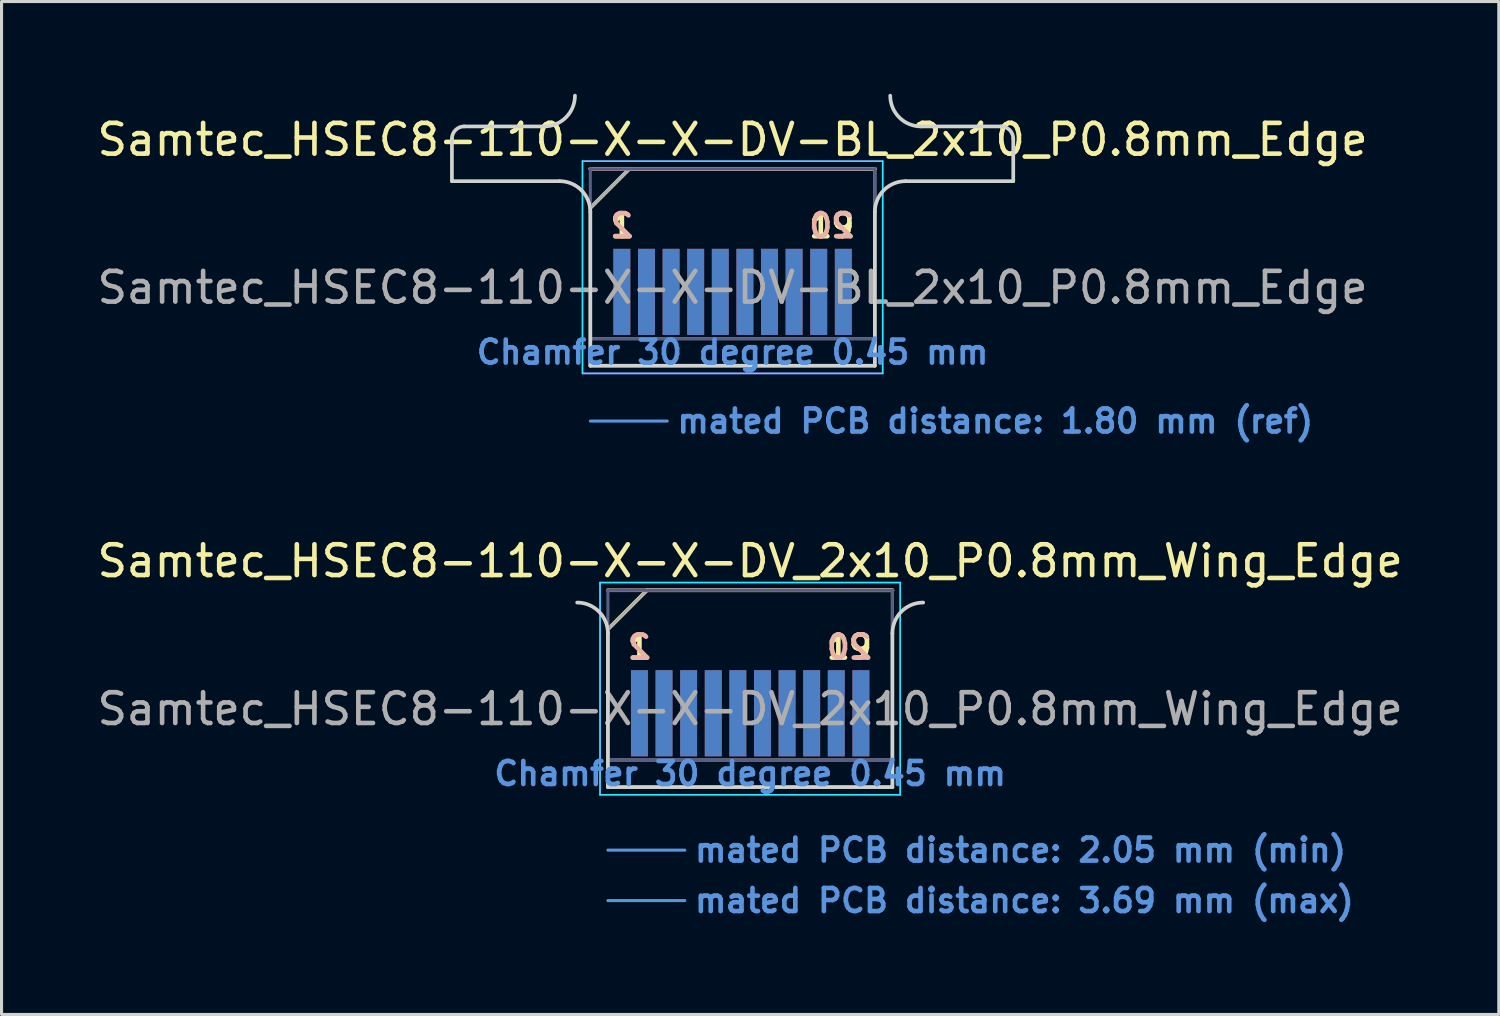
<source format=kicad_pcb>
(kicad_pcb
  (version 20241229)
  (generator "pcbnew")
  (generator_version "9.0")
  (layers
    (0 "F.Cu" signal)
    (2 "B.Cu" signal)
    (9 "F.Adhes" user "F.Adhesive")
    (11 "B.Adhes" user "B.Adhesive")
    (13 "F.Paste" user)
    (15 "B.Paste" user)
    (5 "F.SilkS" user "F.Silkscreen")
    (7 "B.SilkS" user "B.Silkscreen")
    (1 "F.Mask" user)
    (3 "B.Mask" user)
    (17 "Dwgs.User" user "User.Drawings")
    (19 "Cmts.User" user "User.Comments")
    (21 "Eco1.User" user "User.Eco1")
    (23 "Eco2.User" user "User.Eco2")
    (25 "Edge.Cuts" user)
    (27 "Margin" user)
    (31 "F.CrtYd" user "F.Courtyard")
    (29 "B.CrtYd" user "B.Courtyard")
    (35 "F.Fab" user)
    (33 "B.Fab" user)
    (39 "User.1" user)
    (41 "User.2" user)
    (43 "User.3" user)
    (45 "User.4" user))
  (footprint "Samtec_HSEC8-110-X-X-DV_2x10_P0.8mm_Wing_Edge"
    (layer "F.Cu")
    (at 21.339 22.54)
    (property "Reference" "Samtec_HSEC8-110-X-X-DV_2x10_P0.8mm_Wing_Edge" (at 0 -7.35 0) (layer "F.SilkS") (effects (font (size 1 1) (thickness 0.15))))
    (attr exclude_from_pos_files exclude_from_bom)
    (fp_line (start -4.625 -5.13) (end -3.355 -6.4) (stroke (width 0.12) (type solid)) (layer "F.SilkS"))
    (fp_line (start -3.355 -6.4) (end 4.625 -6.4) (stroke (width 0.12) (type solid)) (layer "F.SilkS"))
    (fp_line (start -4.625 -6.4) (end -4.625 -6.4) (stroke (width 0.12) (type solid)) (layer "B.SilkS"))
    (fp_line (start -4.625 -6.4) (end 4.625 -6.4) (stroke (width 0.12) (type solid)) (layer "B.SilkS"))
    (fp_line (start -4.625 2.05) (end -2.125 2.05) (stroke (width 0.1) (type solid)) (layer "Cmts.User"))
    (fp_line (start -4.625 3.69) (end -2.125 3.69) (stroke (width 0.1) (type solid)) (layer "Cmts.User"))
    (fp_line (start -4.625 -5) (end -4.625 0) (stroke (width 0.12) (type solid)) (layer "Edge.Cuts"))
    (fp_line (start -4.625 0) (end 4.625 0) (stroke (width 0.12) (type solid)) (layer "Edge.Cuts"))
    (fp_line (start 4.625 0) (end 4.625 -5) (stroke (width 0.12) (type solid)) (layer "Edge.Cuts"))
    (fp_arc (start -5.625 -6) (mid -4.917893 -5.707107) (end -4.625 -5) (stroke (width 0.12) (type solid)) (layer "Edge.Cuts"))
    (fp_arc (start 4.625 -5) (mid 4.917893 -5.707107) (end 5.625 -6) (stroke (width 0.12) (type solid)) (layer "Edge.Cuts"))
    (fp_line (start -4.88 -6.65) (end -4.88 0.25) (stroke (width 0.05) (type solid)) (layer "B.CrtYd"))
    (fp_line (start -4.88 0.25) (end 4.88 0.25) (stroke (width 0.05) (type solid)) (layer "B.CrtYd"))
    (fp_line (start 4.88 -6.65) (end -4.88 -6.65) (stroke (width 0.05) (type solid)) (layer "B.CrtYd"))
    (fp_line (start 4.88 0.25) (end 4.88 -6.65) (stroke (width 0.05) (type solid)) (layer "B.CrtYd"))
    (fp_line (start -4.88 -6.65) (end -4.88 0.25) (stroke (width 0.05) (type solid)) (layer "F.CrtYd"))
    (fp_line (start -4.88 0.25) (end 4.88 0.25) (stroke (width 0.05) (type solid)) (layer "F.CrtYd"))
    (fp_line (start 4.88 -6.65) (end -4.88 -6.65) (stroke (width 0.05) (type solid)) (layer "F.CrtYd"))
    (fp_line (start 4.88 0.25) (end 4.88 -6.65) (stroke (width 0.05) (type solid)) (layer "F.CrtYd"))
    (fp_line (start -4.625 -6.4) (end -4.625 -6.4) (stroke (width 0.1) (type solid)) (layer "B.Fab"))
    (fp_line (start -4.625 -6.4) (end -4.625 0) (stroke (width 0.1) (type solid)) (layer "B.Fab"))
    (fp_line (start -4.625 -6.4) (end 4.625 -6.4) (stroke (width 0.1) (type solid)) (layer "B.Fab"))
    (fp_line (start -4.625 -0.88) (end 4.625 -0.88) (stroke (width 0.1) (type solid)) (layer "B.Fab"))
    (fp_line (start -4.625 0) (end 4.625 0) (stroke (width 0.1) (type solid)) (layer "B.Fab"))
    (fp_line (start 4.625 -6.4) (end 4.625 0) (stroke (width 0.1) (type solid)) (layer "B.Fab"))
    (fp_line (start -4.625 -5.13) (end -4.625 0) (stroke (width 0.1) (type solid)) (layer "F.Fab"))
    (fp_line (start -4.625 -5.13) (end -3.355 -6.4) (stroke (width 0.1) (type solid)) (layer "F.Fab"))
    (fp_line (start -4.625 -0.88) (end 4.625 -0.88) (stroke (width 0.1) (type solid)) (layer "F.Fab"))
    (fp_line (start -4.625 0) (end 4.625 0) (stroke (width 0.1) (type solid)) (layer "F.Fab"))
    (fp_line (start -3.355 -6.4) (end 4.625 -6.4) (stroke (width 0.1) (type solid)) (layer "F.Fab"))
    (fp_line (start 4.625 -6.4) (end 4.625 0) (stroke (width 0.1) (type solid)) (layer "F.Fab"))
    (fp_text user "1" (at -3.6 -4.55 0) (layer "F.SilkS") (effects (font (size 0.75 0.75) (thickness 0.15))))
    (fp_text user "19" (at 3.225 -4.55 0) (layer "F.SilkS") (effects (font (size 0.75 0.75) (thickness 0.15))))
    (fp_text user "2" (at -3.6 -4.55 0) (layer "B.SilkS") (effects (font (size 0.75 0.75) (thickness 0.15)) (justify mirror)))
    (fp_text user "20" (at 3.225 -4.55 0) (layer "B.SilkS") (effects (font (size 0.75 0.75) (thickness 0.15)) (justify mirror)))
    (fp_text user "Chamfer 30 degree 0.45 mm" (at 0 -0.44 0) (layer "Cmts.User") (effects (font (size 0.75 0.75) (thickness 0.15))))
    (fp_text user "mated PCB distance: 2.05 mm (min)" (at -1.88 2.05 0) (layer "Cmts.User") (effects (font (size 0.75 0.75) (thickness 0.15)) (justify left)))
    (fp_text user "mated PCB distance: 3.69 mm (max)" (at -1.88 3.69 0) (layer "Cmts.User") (effects (font (size 0.75 0.75) (thickness 0.15)) (justify left)))
    (fp_text user "${REFERENCE}" (at 0 -2.54 0) (layer "F.Fab") (effects (font (size 1 1) (thickness 0.15))))
    (pad "1" connect rect (at -3.6 -2.4) (size 0.55 2.8) (layers "F.Cu" "F.Mask"))
    (pad "2" connect rect (at -3.6 -2.4) (size 0.55 2.8) (layers "B.Cu" "B.Mask"))
    (pad "3" connect rect (at -2.8 -2.4) (size 0.55 2.8) (layers "F.Cu" "F.Mask"))
    (pad "4" connect rect (at -2.8 -2.4) (size 0.55 2.8) (layers "B.Cu" "B.Mask"))
    (pad "5" connect rect (at -2 -2.4) (size 0.55 2.8) (layers "F.Cu" "F.Mask"))
    (pad "6" connect rect (at -2 -2.4) (size 0.55 2.8) (layers "B.Cu" "B.Mask"))
    (pad "7" connect rect (at -1.2 -2.4) (size 0.55 2.8) (layers "F.Cu" "F.Mask"))
    (pad "8" connect rect (at -1.2 -2.4) (size 0.55 2.8) (layers "B.Cu" "B.Mask"))
    (pad "9" connect rect (at -0.4 -2.4) (size 0.55 2.8) (layers "F.Cu" "F.Mask"))
    (pad "10" connect rect (at -0.4 -2.4) (size 0.55 2.8) (layers "B.Cu" "B.Mask"))
    (pad "11" connect rect (at 0.4 -2.4) (size 0.55 2.8) (layers "F.Cu" "F.Mask"))
    (pad "12" connect rect (at 0.4 -2.4) (size 0.55 2.8) (layers "B.Cu" "B.Mask"))
    (pad "13" connect rect (at 1.2 -2.4) (size 0.55 2.8) (layers "F.Cu" "F.Mask"))
    (pad "14" connect rect (at 1.2 -2.4) (size 0.55 2.8) (layers "B.Cu" "B.Mask"))
    (pad "15" connect rect (at 2 -2.4) (size 0.55 2.8) (layers "F.Cu" "F.Mask"))
    (pad "16" connect rect (at 2 -2.4) (size 0.55 2.8) (layers "B.Cu" "B.Mask"))
    (pad "17" connect rect (at 2.8 -2.4) (size 0.55 2.8) (layers "F.Cu" "F.Mask"))
    (pad "18" connect rect (at 2.8 -2.4) (size 0.55 2.8) (layers "B.Cu" "B.Mask"))
    (pad "19" connect rect (at 3.6 -2.4) (size 0.55 2.8) (layers "F.Cu" "F.Mask"))
    (pad "20" connect rect (at 3.6 -2.4) (size 0.55 2.8) (layers "B.Cu" "B.Mask")))
  (footprint "Samtec_HSEC8-110-X-X-DV-BL_2x10_P0.8mm_Edge"
    (layer "F.Cu")
    (at 20.768 8.84)
    (property "Reference" "Samtec_HSEC8-110-X-X-DV-BL_2x10_P0.8mm_Edge" (at 0 -7.35 0) (layer "F.SilkS") (effects (font (size 1 1) (thickness 0.15))))
    (attr exclude_from_pos_files exclude_from_bom)
    (fp_line (start -4.625 -5.13) (end -3.355 -6.4) (stroke (width 0.12) (type solid)) (layer "F.SilkS"))
    (fp_line (start -3.355 -6.4) (end 4.625 -6.4) (stroke (width 0.12) (type solid)) (layer "F.SilkS"))
    (fp_line (start -4.625 -6.4) (end -4.625 -6.4) (stroke (width 0.12) (type solid)) (layer "B.SilkS"))
    (fp_line (start -4.625 -6.4) (end 4.625 -6.4) (stroke (width 0.12) (type solid)) (layer "B.SilkS"))
    (fp_line (start -4.625 1.8) (end -2.125 1.8) (stroke (width 0.1) (type solid)) (layer "Cmts.User"))
    (fp_line (start -9.125 -6) (end -9.125 -7.38) (stroke (width 0.12) (type solid)) (layer "Edge.Cuts"))
    (fp_line (start -8.725 -7.78) (end -6.125 -7.78) (stroke (width 0.12) (type solid)) (layer "Edge.Cuts"))
    (fp_line (start -5.625 -6) (end -9.125 -6) (stroke (width 0.12) (type solid)) (layer "Edge.Cuts"))
    (fp_line (start -4.625 -5) (end -4.625 0) (stroke (width 0.12) (type solid)) (layer "Edge.Cuts"))
    (fp_line (start -4.625 0) (end 4.625 0) (stroke (width 0.12) (type solid)) (layer "Edge.Cuts"))
    (fp_line (start 4.625 0) (end 4.625 -5) (stroke (width 0.12) (type solid)) (layer "Edge.Cuts"))
    (fp_line (start 5.625 -6) (end 9.125 -6) (stroke (width 0.12) (type solid)) (layer "Edge.Cuts"))
    (fp_line (start 8.725 -7.78) (end 6.125 -7.78) (stroke (width 0.12) (type solid)) (layer "Edge.Cuts"))
    (fp_line (start 9.125 -6) (end 9.125 -7.38) (stroke (width 0.12) (type solid)) (layer "Edge.Cuts"))
    (fp_arc (start -9.125 -7.38) (mid -9.007843 -7.662843) (end -8.725 -7.78) (stroke (width 0.12) (type solid)) (layer "Edge.Cuts"))
    (fp_arc (start -5.625 -6) (mid -4.917893 -5.707107) (end -4.625 -5) (stroke (width 0.12) (type solid)) (layer "Edge.Cuts"))
    (fp_arc (start -5.125 -8.78) (mid -5.417893 -8.072893) (end -6.125 -7.78) (stroke (width 0.12) (type solid)) (layer "Edge.Cuts"))
    (fp_arc (start 4.625 -5) (mid 4.917893 -5.707107) (end 5.625 -6) (stroke (width 0.12) (type solid)) (layer "Edge.Cuts"))
    (fp_arc (start 6.125 -7.78) (mid 5.417893 -8.072893) (end 5.125 -8.78) (stroke (width 0.12) (type solid)) (layer "Edge.Cuts"))
    (fp_arc (start 8.725 -7.78) (mid 9.007843 -7.662843) (end 9.125 -7.38) (stroke (width 0.12) (type solid)) (layer "Edge.Cuts"))
    (fp_line (start -4.88 -6.65) (end -4.88 0.25) (stroke (width 0.05) (type solid)) (layer "B.CrtYd"))
    (fp_line (start -4.88 0.25) (end 4.88 0.25) (stroke (width 0.05) (type solid)) (layer "B.CrtYd"))
    (fp_line (start 4.88 -6.65) (end -4.88 -6.65) (stroke (width 0.05) (type solid)) (layer "B.CrtYd"))
    (fp_line (start 4.88 0.25) (end 4.88 -6.65) (stroke (width 0.05) (type solid)) (layer "B.CrtYd"))
    (fp_line (start -4.88 -6.65) (end -4.88 0.25) (stroke (width 0.05) (type solid)) (layer "F.CrtYd"))
    (fp_line (start -4.88 0.25) (end 4.88 0.25) (stroke (width 0.05) (type solid)) (layer "F.CrtYd"))
    (fp_line (start 4.88 -6.65) (end -4.88 -6.65) (stroke (width 0.05) (type solid)) (layer "F.CrtYd"))
    (fp_line (start 4.88 0.25) (end 4.88 -6.65) (stroke (width 0.05) (type solid)) (layer "F.CrtYd"))
    (fp_line (start -4.625 -6.4) (end -4.625 -6.4) (stroke (width 0.1) (type solid)) (layer "B.Fab"))
    (fp_line (start -4.625 -6.4) (end -4.625 0) (stroke (width 0.1) (type solid)) (layer "B.Fab"))
    (fp_line (start -4.625 -6.4) (end 4.625 -6.4) (stroke (width 0.1) (type solid)) (layer "B.Fab"))
    (fp_line (start -4.625 -0.88) (end 4.625 -0.88) (stroke (width 0.1) (type solid)) (layer "B.Fab"))
    (fp_line (start -4.625 0) (end 4.625 0) (stroke (width 0.1) (type solid)) (layer "B.Fab"))
    (fp_line (start 4.625 -6.4) (end 4.625 0) (stroke (width 0.1) (type solid)) (layer "B.Fab"))
    (fp_line (start -4.625 -5.13) (end -4.625 0) (stroke (width 0.1) (type solid)) (layer "F.Fab"))
    (fp_line (start -4.625 -5.13) (end -3.355 -6.4) (stroke (width 0.1) (type solid)) (layer "F.Fab"))
    (fp_line (start -4.625 -0.88) (end 4.625 -0.88) (stroke (width 0.1) (type solid)) (layer "F.Fab"))
    (fp_line (start -4.625 0) (end 4.625 0) (stroke (width 0.1) (type solid)) (layer "F.Fab"))
    (fp_line (start -3.355 -6.4) (end 4.625 -6.4) (stroke (width 0.1) (type solid)) (layer "F.Fab"))
    (fp_line (start 4.625 -6.4) (end 4.625 0) (stroke (width 0.1) (type solid)) (layer "F.Fab"))
    (fp_text user "1" (at -3.6 -4.55 0) (layer "F.SilkS") (effects (font (size 0.75 0.75) (thickness 0.15))))
    (fp_text user "19" (at 3.225 -4.55 0) (layer "F.SilkS") (effects (font (size 0.75 0.75) (thickness 0.15))))
    (fp_text user "2" (at -3.6 -4.55 0) (layer "B.SilkS") (effects (font (size 0.75 0.75) (thickness 0.15)) (justify mirror)))
    (fp_text user "20" (at 3.225 -4.55 0) (layer "B.SilkS") (effects (font (size 0.75 0.75) (thickness 0.15)) (justify mirror)))
    (fp_text user "Chamfer 30 degree 0.45 mm" (at 0 -0.44 0) (layer "Cmts.User") (effects (font (size 0.75 0.75) (thickness 0.15))))
    (fp_text user "mated PCB distance: 1.80 mm (ref)" (at -1.88 1.8 0) (layer "Cmts.User") (effects (font (size 0.75 0.75) (thickness 0.15)) (justify left)))
    (fp_text user "${REFERENCE}" (at 0 -2.54 0) (layer "F.Fab") (effects (font (size 1 1) (thickness 0.15))))
    (pad "1" connect rect (at -3.6 -2.4) (size 0.55 2.8) (layers "F.Cu" "F.Mask"))
    (pad "2" connect rect (at -3.6 -2.4) (size 0.55 2.8) (layers "B.Cu" "B.Mask"))
    (pad "3" connect rect (at -2.8 -2.4) (size 0.55 2.8) (layers "F.Cu" "F.Mask"))
    (pad "4" connect rect (at -2.8 -2.4) (size 0.55 2.8) (layers "B.Cu" "B.Mask"))
    (pad "5" connect rect (at -2 -2.4) (size 0.55 2.8) (layers "F.Cu" "F.Mask"))
    (pad "6" connect rect (at -2 -2.4) (size 0.55 2.8) (layers "B.Cu" "B.Mask"))
    (pad "7" connect rect (at -1.2 -2.4) (size 0.55 2.8) (layers "F.Cu" "F.Mask"))
    (pad "8" connect rect (at -1.2 -2.4) (size 0.55 2.8) (layers "B.Cu" "B.Mask"))
    (pad "9" connect rect (at -0.4 -2.4) (size 0.55 2.8) (layers "F.Cu" "F.Mask"))
    (pad "10" connect rect (at -0.4 -2.4) (size 0.55 2.8) (layers "B.Cu" "B.Mask"))
    (pad "11" connect rect (at 0.4 -2.4) (size 0.55 2.8) (layers "F.Cu" "F.Mask"))
    (pad "12" connect rect (at 0.4 -2.4) (size 0.55 2.8) (layers "B.Cu" "B.Mask"))
    (pad "13" connect rect (at 1.2 -2.4) (size 0.55 2.8) (layers "F.Cu" "F.Mask"))
    (pad "14" connect rect (at 1.2 -2.4) (size 0.55 2.8) (layers "B.Cu" "B.Mask"))
    (pad "15" connect rect (at 2 -2.4) (size 0.55 2.8) (layers "F.Cu" "F.Mask"))
    (pad "16" connect rect (at 2 -2.4) (size 0.55 2.8) (layers "B.Cu" "B.Mask"))
    (pad "17" connect rect (at 2.8 -2.4) (size 0.55 2.8) (layers "F.Cu" "F.Mask"))
    (pad "18" connect rect (at 2.8 -2.4) (size 0.55 2.8) (layers "B.Cu" "B.Mask"))
    (pad "19" connect rect (at 3.6 -2.4) (size 0.55 2.8) (layers "F.Cu" "F.Mask"))
    (pad "20" connect rect (at 3.6 -2.4) (size 0.55 2.8) (layers "B.Cu" "B.Mask")))
  (gr_rect
    (start -3 -3)
    (end 45.679 29.932)
    (stroke (width 0.1) (type default))
    (fill no)
    (layer "Edge.Cuts")))
</source>
